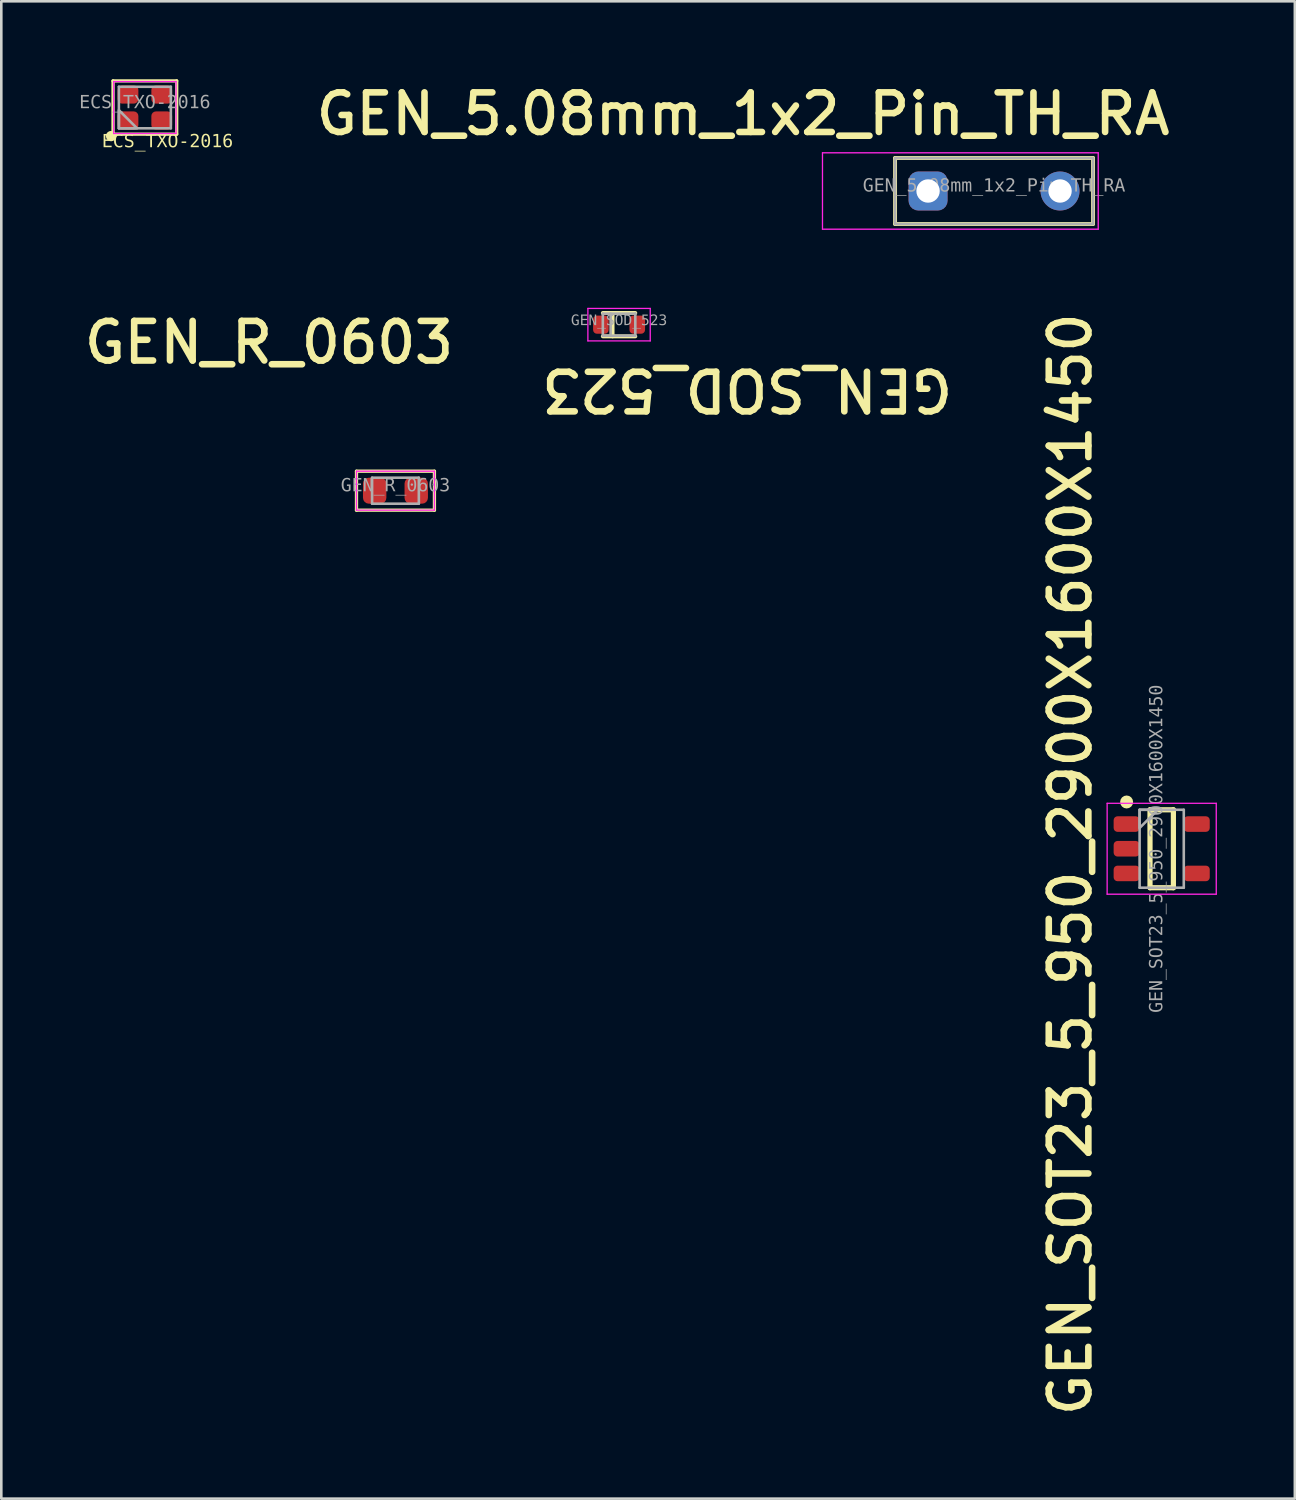
<source format=kicad_pcb>
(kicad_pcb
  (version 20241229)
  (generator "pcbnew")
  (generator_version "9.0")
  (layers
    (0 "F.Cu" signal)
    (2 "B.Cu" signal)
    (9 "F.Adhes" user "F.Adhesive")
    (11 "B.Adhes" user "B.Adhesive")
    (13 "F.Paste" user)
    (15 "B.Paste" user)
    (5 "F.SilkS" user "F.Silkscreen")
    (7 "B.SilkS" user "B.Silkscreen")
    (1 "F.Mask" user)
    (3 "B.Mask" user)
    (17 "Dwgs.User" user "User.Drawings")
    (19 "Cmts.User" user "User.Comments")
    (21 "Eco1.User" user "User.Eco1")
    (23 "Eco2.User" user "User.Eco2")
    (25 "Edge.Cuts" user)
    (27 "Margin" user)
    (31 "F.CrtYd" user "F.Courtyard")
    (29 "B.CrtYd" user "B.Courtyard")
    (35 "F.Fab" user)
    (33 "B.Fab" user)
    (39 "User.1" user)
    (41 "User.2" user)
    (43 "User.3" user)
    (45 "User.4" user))
  (footprint "GEN_R_0603"
    (layer "F.Cu")
    (at 12.172 15.838)
    (property "Reference" "GEN_R_0603" (at -4.868 -5.704 0) (unlocked yes) (layer "F.SilkS") (effects (font (size 1.524 1.524) (thickness 0.254))))
    (fp_line (start -1.5 0.75) (end -1.5 -0.75) (stroke (width 0.127) (type solid)) (layer "F.SilkS"))
    (fp_line (start 1.5 -0.75) (end -1.5 -0.75) (stroke (width 0.127) (type solid)) (layer "F.SilkS"))
    (fp_line (start 1.5 0.75) (end -1.5 0.75) (stroke (width 0.127) (type solid)) (layer "F.SilkS"))
    (fp_line (start 1.5 0.75) (end 1.5 -0.75) (stroke (width 0.127) (type solid)) (layer "F.SilkS"))
    (fp_line (start -1.5 0.75) (end -1.5 -0.75) (stroke (width 0.05) (type solid)) (layer "F.CrtYd"))
    (fp_line (start 1.5 -0.75) (end -1.5 -0.75) (stroke (width 0.05) (type solid)) (layer "F.CrtYd"))
    (fp_line (start 1.5 0.75) (end -1.5 0.75) (stroke (width 0.05) (type solid)) (layer "F.CrtYd"))
    (fp_line (start 1.5 0.75) (end 1.5 -0.75) (stroke (width 0.05) (type solid)) (layer "F.CrtYd"))
    (fp_line (start -0.9 0.5) (end -0.9 -0.5) (stroke (width 0.1) (type solid)) (layer "F.Fab"))
    (fp_line (start 0.9 -0.5) (end -0.9 -0.5) (stroke (width 0.1) (type solid)) (layer "F.Fab"))
    (fp_line (start 0.9 0.5) (end -0.9 0.5) (stroke (width 0.1) (type solid)) (layer "F.Fab"))
    (fp_line (start 0.9 0.5) (end 0.9 -0.5) (stroke (width 0.1) (type solid)) (layer "F.Fab"))
    (fp_line (start 0 0.5) (end 0 -0.5) (stroke (width 0.1) (type solid)) (layer "User.2"))
    (fp_line (start 0.5 0) (end -0.5 0) (stroke (width 0.1) (type solid)) (layer "User.2"))
    (fp_text user "${REFERENCE}" (at 0.00001 -0.185 0) (unlocked yes) (layer "F.Fab") (effects (font (face "Consolas") (size 0.5 0.5) (thickness 0.254))))
    (pad "1" smd roundrect (at -0.8 0 90) (size 1 0.9) (layers "F.Cu" "F.Mask" "F.Paste") (roundrect_rratio 0.25))
    (pad "2" smd roundrect (at 0.8 0 90) (size 1 0.9) (layers "F.Cu" "F.Mask" "F.Paste") (roundrect_rratio 0.25)))
  (footprint "ECS_TXO-2016"
    (layer "F.Cu")
    (at 2.526 1.089)
    (property "Reference" "ECS_TXO-2016" (at 0.871 1.32 0) (unlocked yes) (layer "F.SilkS") (effects (font (face "Consolas") (size 0.5 0.5) (thickness 0.125))))
    (fp_line (start -1.225 -1.025) (end -1.225 1.025) (stroke (width 0.127) (type solid)) (layer "F.SilkS"))
    (fp_line (start 1.225 -1.025) (end -1.225 -1.025) (stroke (width 0.127) (type solid)) (layer "F.SilkS"))
    (fp_line (start 1.225 -1.025) (end 1.225 1.025) (stroke (width 0.127) (type solid)) (layer "F.SilkS"))
    (fp_line (start 1.225 1.025) (end -1.225 1.025) (stroke (width 0.127) (type solid)) (layer "F.SilkS"))
    (fp_circle (center -1.3 1.1) (end -1.3 1.2) (stroke (width 0.2) (type solid)) (fill no) (layer "F.SilkS"))
    (fp_line (start -1.2 -1) (end -1.2 1) (stroke (width 0.05) (type solid)) (layer "F.CrtYd"))
    (fp_line (start 1.2 -1) (end -1.2 -1) (stroke (width 0.05) (type solid)) (layer "F.CrtYd"))
    (fp_line (start 1.2 -1) (end 1.2 1) (stroke (width 0.05) (type solid)) (layer "F.CrtYd"))
    (fp_line (start 1.2 1) (end -1.2 1) (stroke (width 0.05) (type solid)) (layer "F.CrtYd"))
    (fp_line (start -1 -0.8) (end -1 0.8) (stroke (width 0.1) (type solid)) (layer "F.Fab"))
    (fp_line (start 1 -0.8) (end -1 -0.8) (stroke (width 0.1) (type solid)) (layer "F.Fab"))
    (fp_line (start 1 -0.8) (end 1 0.8) (stroke (width 0.1) (type solid)) (layer "F.Fab"))
    (fp_line (start 1 0.8) (end -1 0.8) (stroke (width 0.1) (type solid)) (layer "F.Fab"))
    (fp_poly (pts (xy -0.3 0.8) (xy -1 0.1) (xy -1 0.8)) (stroke (width 0.1) (type default)) (fill no) (layer "F.Fab"))
    (fp_line (start 0 -0.3) (end 0 0.3) (stroke (width 0.1) (type solid)) (layer "User.1"))
    (fp_line (start 0.3 0) (end -0.3 0) (stroke (width 0.1) (type solid)) (layer "User.1"))
    (fp_text user "${REFERENCE}" (at 0.000005 -0.182 0) (unlocked yes) (layer "F.Fab") (effects (font (face "Consolas") (size 0.5 0.5) (thickness 0.254))))
    (pad "1" smd roundrect (at -0.65 0.5) (size 0.8 0.7) (layers "F.Cu" "F.Mask" "F.Paste") (roundrect_rratio 0.25))
    (pad "2" smd roundrect (at 0.65 0.5 180) (size 0.8 0.7) (layers "F.Cu" "F.Mask" "F.Paste") (roundrect_rratio 0.25))
    (pad "3" smd roundrect (at 0.65 -0.5 180) (size 0.8 0.7) (layers "F.Cu" "F.Mask" "F.Paste") (roundrect_rratio 0.25))
    (pad "4" smd roundrect (at -0.65 -0.5) (size 0.8 0.7) (layers "F.Cu" "F.Mask" "F.Paste") (roundrect_rratio 0.25)))
  (footprint "GEN_5.08mm_1x2_Pin_TH_RA"
    (layer "F.Cu")
    (at 35.213 4.302)
    (property "Reference" "GEN_5.08mm_1x2_Pin_TH_RA" (at -9.659 -2.965 0) (unlocked yes) (layer "F.SilkS") (effects (font (size 1.524 1.524) (thickness 0.254))))
    (fp_line (start -3.81 -1.27) (end 3.81 -1.27) (stroke (width 0.15) (type solid)) (layer "F.SilkS"))
    (fp_line (start -3.81 1.27) (end -3.81 -1.27) (stroke (width 0.15) (type solid)) (layer "F.SilkS"))
    (fp_line (start -3.81 1.27) (end 3.81 1.27) (stroke (width 0.15) (type solid)) (layer "F.SilkS"))
    (fp_line (start 3.81 1.27) (end 3.81 -1.27) (stroke (width 0.15) (type solid)) (layer "F.SilkS"))
    (fp_line (start -6.604 -1.47) (end 4.01 -1.47) (stroke (width 0.05) (type solid)) (layer "F.CrtYd"))
    (fp_line (start -6.604 1.47) (end -6.604 -1.47) (stroke (width 0.05) (type solid)) (layer "F.CrtYd"))
    (fp_line (start -6.604 1.47) (end 4.01 1.47) (stroke (width 0.05) (type solid)) (layer "F.CrtYd"))
    (fp_line (start 4.01 1.47) (end 4.01 -1.47) (stroke (width 0.05) (type solid)) (layer "F.CrtYd"))
    (fp_line (start -3.81 -1.27) (end 3.81 -1.27) (stroke (width 0.1) (type solid)) (layer "F.Fab"))
    (fp_line (start -3.81 1.27) (end -3.81 -1.27) (stroke (width 0.1) (type solid)) (layer "F.Fab"))
    (fp_line (start -3.81 1.27) (end 3.81 1.27) (stroke (width 0.1) (type solid)) (layer "F.Fab"))
    (fp_line (start 3.81 1.27) (end 3.81 -1.27) (stroke (width 0.1) (type solid)) (layer "F.Fab"))
    (fp_line (start -0.5 0) (end 0.5 0) (stroke (width 0.1) (type solid)) (layer "User.1"))
    (fp_line (start 0 0.5) (end 0 -0.5) (stroke (width 0.1) (type solid)) (layer "User.1"))
    (fp_text user "${REFERENCE}" (at 0.000005 -0.188 0) (unlocked yes) (layer "F.Fab") (effects (font (face "Consolas") (size 0.5 0.5) (thickness 0.254))))
    (pad "1" thru_hole roundrect (at -2.54 0) (size 1.5 1.5) (drill 0.9) (layers "*.Cu" "*.Mask") (roundrect_rratio 0.25))
    (pad "2" thru_hole circle (at 2.54 0) (size 1.5 1.5) (drill 0.9) (layers "*.Cu" "*.Mask")))
  (footprint "GEN_SOD_523"
    (layer "F.Cu")
    (at 20.779 9.447)
    (property "Reference" "GEN_SOD_523" (at 4.933 2.504 180) (unlocked yes) (layer "F.SilkS") (effects (font (size 1.524 1.524) (thickness 0.254))))
    (fp_line (start -0.625 -0.45) (end 0.625 -0.45) (stroke (width 0.15) (type solid)) (layer "F.SilkS"))
    (fp_line (start -0.625 0.45) (end 0.625 0.45) (stroke (width 0.15) (type solid)) (layer "F.SilkS"))
    (fp_line (start -0.25 -0.45) (end -0.25 0.45) (stroke (width 0.15) (type solid)) (layer "F.SilkS"))
    (fp_line (start -1.2 -0.625) (end -1.2 0.625) (stroke (width 0.05) (type solid)) (layer "F.CrtYd"))
    (fp_line (start -1.2 -0.625) (end 1.2 -0.625) (stroke (width 0.05) (type solid)) (layer "F.CrtYd"))
    (fp_line (start -1.2 0.625) (end 1.2 0.625) (stroke (width 0.05) (type solid)) (layer "F.CrtYd"))
    (fp_line (start 1.2 -0.625) (end 1.2 0.625) (stroke (width 0.05) (type solid)) (layer "F.CrtYd"))
    (fp_line (start -0.625 -0.425) (end -0.625 0.425) (stroke (width 0.1) (type default)) (layer "F.Fab"))
    (fp_line (start -0.625 -0.425) (end 0.625 -0.425) (stroke (width 0.1) (type solid)) (layer "F.Fab"))
    (fp_line (start -0.625 0.425) (end 0.625 0.425) (stroke (width 0.1) (type solid)) (layer "F.Fab"))
    (fp_line (start -0.325 -0.425) (end -0.325 0.425) (stroke (width 0.1) (type default)) (layer "F.Fab"))
    (fp_line (start 0.625 0.425) (end 0.625 -0.425) (stroke (width 0.1) (type default)) (layer "F.Fab"))
    (fp_line (start -0.3 0) (end 0.3 0) (stroke (width 0.1) (type solid)) (layer "User.2"))
    (fp_line (start 0 -0.3) (end 0 0.3) (stroke (width 0.1) (type solid)) (layer "User.2"))
    (fp_text user "${REFERENCE}" (at 0.000005 -0.149 0) (unlocked yes) (layer "F.Fab") (effects (font (face "Consolas") (size 0.4 0.4) (thickness 0.254))))
    (pad "1" smd roundrect (at -0.7 0) (size 0.6 0.7) (layers "F.Cu" "F.Mask" "F.Paste") (roundrect_rratio 0.25))
    (pad "2" smd roundrect (at 0.7 0) (size 0.6 0.7) (layers "F.Cu" "F.Mask" "F.Paste") (roundrect_rratio 0.25)))
  (footprint "GEN_SOT23_5_950_2900X1600X1450"
    (layer "F.Cu")
    (at 41.666 29.62)
    (property "Reference" "GEN_SOT23_5_950_2900X1600X1450" (at -3.515 0.597 90) (unlocked yes) (layer "F.SilkS") (effects (font (size 1.524 1.524) (thickness 0.254))))
    (fp_line (start -0.45 1.5) (end -0.45 -1.5) (stroke (width 0.2) (type solid)) (layer "F.SilkS"))
    (fp_line (start 0.45 -1.5) (end -0.45 -1.5) (stroke (width 0.2) (type solid)) (layer "F.SilkS"))
    (fp_line (start 0.45 1.5) (end -0.45 1.5) (stroke (width 0.2) (type solid)) (layer "F.SilkS"))
    (fp_line (start 0.45 1.5) (end 0.45 -1.5) (stroke (width 0.2) (type solid)) (layer "F.SilkS"))
    (fp_circle (center -1.35 -1.8) (end -1.475 -1.8) (stroke (width 0.25) (type solid)) (fill no) (layer "F.SilkS"))
    (fp_line (start -2.1 1.75) (end -2.1 -1.75) (stroke (width 0.05) (type solid)) (layer "F.CrtYd"))
    (fp_line (start 2.1 -1.75) (end -2.1 -1.75) (stroke (width 0.05) (type solid)) (layer "F.CrtYd"))
    (fp_line (start 2.1 1.75) (end -2.1 1.75) (stroke (width 0.05) (type solid)) (layer "F.CrtYd"))
    (fp_line (start 2.1 1.75) (end 2.1 -1.75) (stroke (width 0.05) (type solid)) (layer "F.CrtYd"))
    (fp_line (start -0.85 1.5) (end -0.85 -1.5) (stroke (width 0.1) (type solid)) (layer "F.Fab"))
    (fp_line (start 0.85 -1.5) (end -0.85 -1.5) (stroke (width 0.1) (type solid)) (layer "F.Fab"))
    (fp_line (start 0.85 1.5) (end -0.85 1.5) (stroke (width 0.1) (type solid)) (layer "F.Fab"))
    (fp_line (start 0.85 1.5) (end 0.85 -1.5) (stroke (width 0.1) (type solid)) (layer "F.Fab"))
    (fp_poly (pts (xy -0.85 -0.8) (xy -0.15 -1.5) (xy -0.85 -1.5)) (stroke (width 0.1) (type default)) (fill no) (layer "F.Fab"))
    (fp_line (start 0 0.5) (end 0 -0.5) (stroke (width 0.1) (type solid)) (layer "User.1"))
    (fp_line (start 0.5 0) (end -0.5 0) (stroke (width 0.1) (type solid)) (layer "User.1"))
    (fp_text user "${REFERENCE}" (at -0.185 -0.00002 90) (unlocked yes) (layer "F.Fab") (effects (font (face "Consolas") (size 0.5 0.5) (thickness 0.254))))
    (pad "1" smd roundrect (at -1.35 -0.95 90) (size 0.6 1) (layers "F.Cu" "F.Mask" "F.Paste") (roundrect_rratio 0.25))
    (pad "2" smd roundrect (at -1.35 0 90) (size 0.6 1) (layers "F.Cu" "F.Mask" "F.Paste") (roundrect_rratio 0.25))
    (pad "3" smd roundrect (at -1.35 0.95 90) (size 0.6 1) (layers "F.Cu" "F.Mask" "F.Paste") (roundrect_rratio 0.25))
    (pad "4" smd roundrect (at 1.35 0.95 90) (size 0.6 1) (layers "F.Cu" "F.Mask" "F.Paste") (roundrect_rratio 0.25))
    (pad "5" smd roundrect (at 1.35 -0.95 90) (size 0.6 1) (layers "F.Cu" "F.Mask" "F.Paste") (roundrect_rratio 0.25)))
  (gr_rect
    (start -3 -3)
    (end 46.791 54.636)
    (stroke (width 0.1) (type default))
    (fill no)
    (layer "Edge.Cuts")))
</source>
